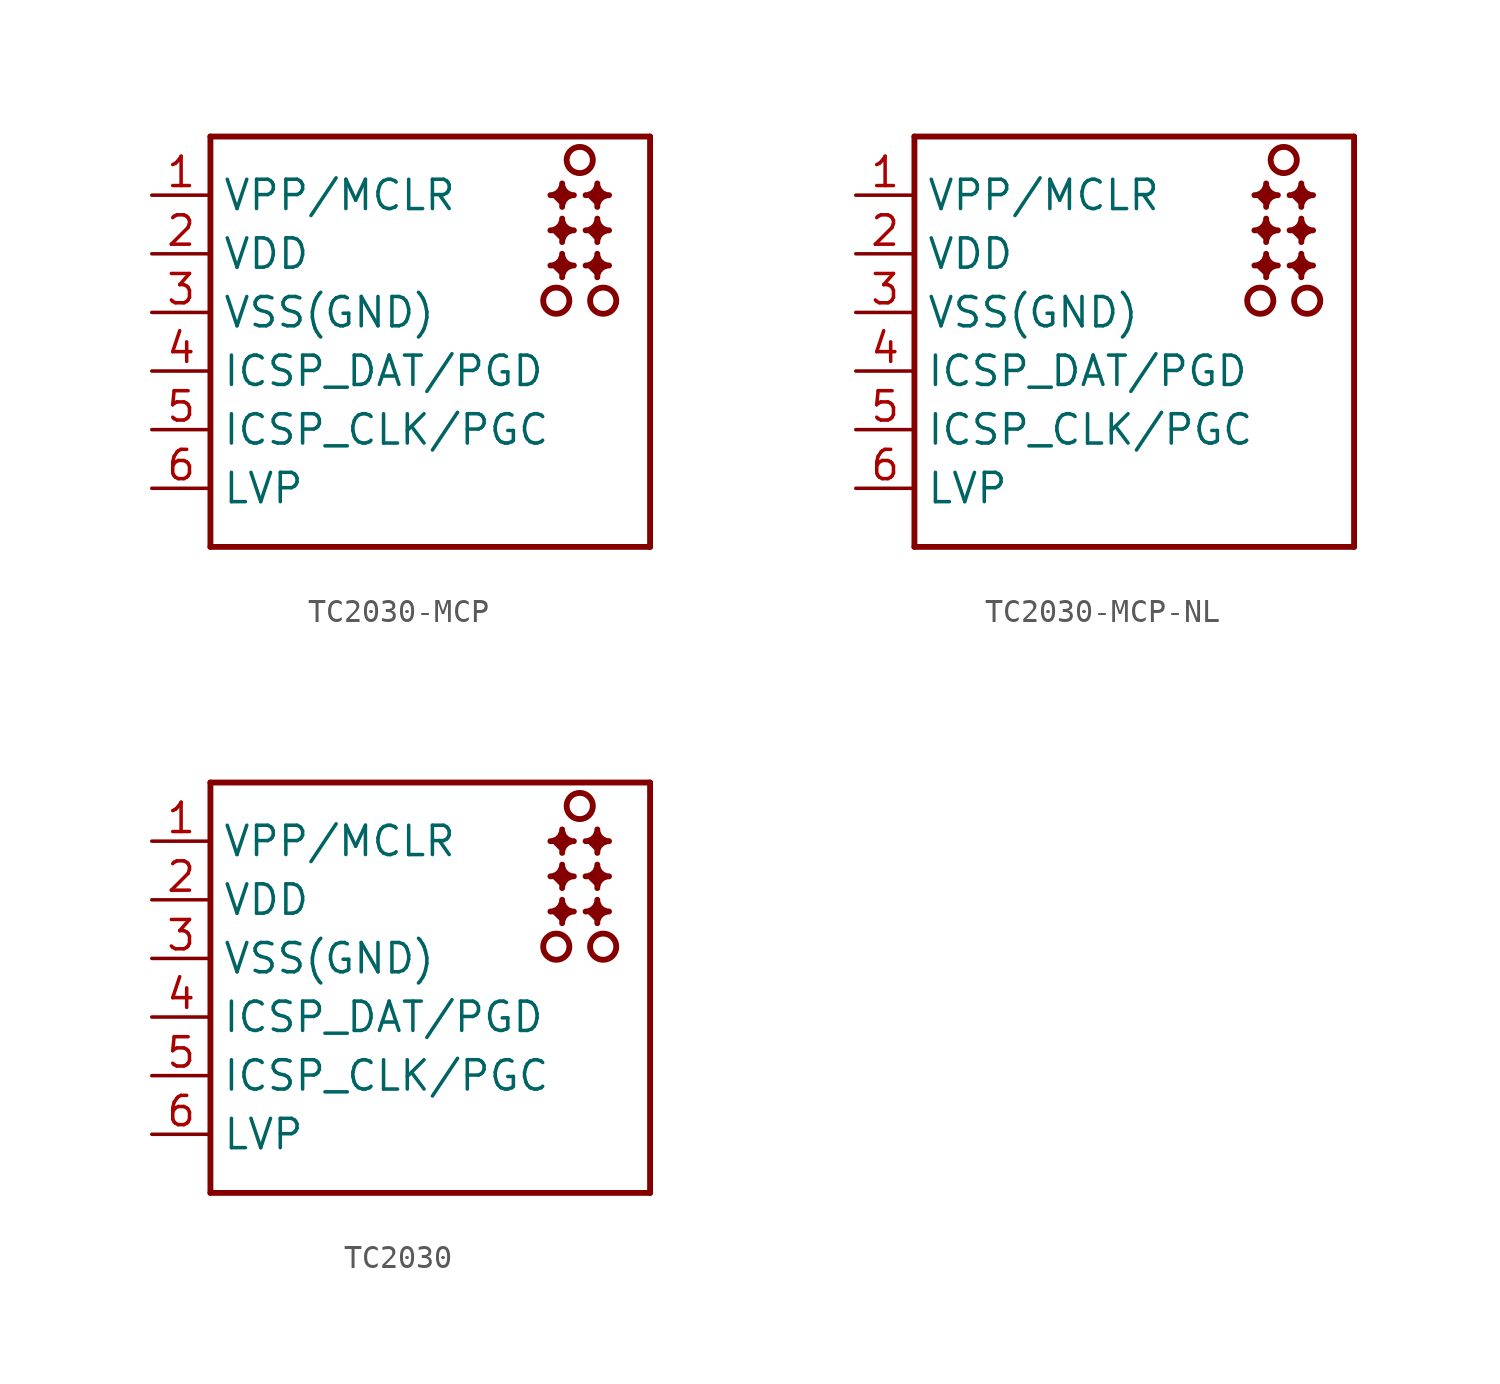
<source format=kicad_sym>
(kicad_symbol_lib
  (version 20220914)
  (generator kicad_symbol_editor)
  (symbol "TC2030-MCP"
    (property "Reference" "J"
      (at 0 0 0)
      (effects (font (size 1.27 1.27)) hide))
    (property "ki_locked" ""
      (at 0 0 0)
      (effects (font (size 1.27 1.27))))
    (symbol "TC2030-MCP_1_0"
      (polyline (pts (xy -10.16 -7.62) (xy 8.89 -7.62)) (stroke (width 0.254) (type solid)) (fill (type none)))
      (polyline (pts (xy -10.16 10.16) (xy -10.16 -7.62)) (stroke (width 0.254) (type solid)) (fill (type none)))
      (polyline (pts (xy 8.89 -7.62) (xy 8.89 10.16)) (stroke (width 0.254) (type solid)) (fill (type none)))
      (polyline (pts (xy 8.89 10.16) (xy -10.16 10.16)) (stroke (width 0.254) (type solid)) (fill (type none)))
      (polyline (pts (xy 4.572 4.572) (xy 4.672 4.577) (xy 4.856 4.654) (xy 4.997 4.796) (xy 5.073 4.98) (xy 5.08 5.08) (xy 5.085 4.98) (xy 5.161 4.795) (xy 5.303 4.652) (xy 5.488 4.575) (xy 5.588 4.572) (xy 5.488 4.567) (xy 5.303 4.49) (xy 5.161 4.349) (xy 5.084 4.164) (xy 5.08 4.064)) (stroke (width 0.254) (type solid)) (fill (type outline)))
      (polyline (pts (xy 4.572 6.096) (xy 4.672 6.101) (xy 4.855 6.178) (xy 4.996 6.32) (xy 5.071 6.504) (xy 5.08 6.604) (xy 5.085 6.504) (xy 5.162 6.319) (xy 5.303 6.178) (xy 5.488 6.101) (xy 5.588 6.096) (xy 5.488 6.091) (xy 5.304 6.014) (xy 5.164 5.872) (xy 5.088 5.688) (xy 5.08 5.588)) (stroke (width 0.254) (type solid)) (fill (type outline)))
      (polyline (pts (xy 4.572 7.62) (xy 4.672 7.625) (xy 4.856 7.702) (xy 4.998 7.843) (xy 5.075 8.028) (xy 5.08 8.128) (xy 5.085 8.028) (xy 5.162 7.843) (xy 5.303 7.702) (xy 5.488 7.625) (xy 5.588 7.62) (xy 5.488 7.615) (xy 5.303 7.538) (xy 5.162 7.396) (xy 5.085 7.212) (xy 5.08 7.112)) (stroke (width 0.254) (type solid)) (fill (type outline)))
      (polyline (pts (xy 6.096 4.572) (xy 6.196 4.577) (xy 6.381 4.654) (xy 6.522 4.795) (xy 6.599 4.98) (xy 6.604 5.08) (xy 6.608 4.98) (xy 6.685 4.795) (xy 6.827 4.654) (xy 7.012 4.578) (xy 7.112 4.572) (xy 7.011 4.567) (xy 6.825 4.491) (xy 6.682 4.35) (xy 6.604 4.165) (xy 6.604 4.064)) (stroke (width 0.254) (type solid)) (fill (type outline)))
      (polyline (pts (xy 6.096 6.096) (xy 6.196 6.101) (xy 6.381 6.178) (xy 6.522 6.319) (xy 6.599 6.504) (xy 6.604 6.604) (xy 6.609 6.504) (xy 6.686 6.319) (xy 6.827 6.178) (xy 7.012 6.101) (xy 7.112 6.096) (xy 7.012 6.092) (xy 6.826 6.016) (xy 6.684 5.874) (xy 6.608 5.688) (xy 6.604 5.588)) (stroke (width 0.254) (type solid)) (fill (type outline)))
      (polyline (pts (xy 6.096 7.62) (xy 6.196 7.625) (xy 6.381 7.702) (xy 6.522 7.843) (xy 6.599 8.028) (xy 6.604 8.128) (xy 6.609 8.028) (xy 6.686 7.843) (xy 6.827 7.702) (xy 7.012 7.625) (xy 7.112 7.62) (xy 7.011 7.615) (xy 6.826 7.539) (xy 6.683 7.398) (xy 6.605 7.213) (xy 6.604 7.112)) (stroke (width 0.254) (type solid)) (fill (type outline)))
      (circle (center 4.826 3.048) (radius 0.568) (stroke (width 0.254) (type solid)) (fill (type none)))
      (circle (center 5.842 9.144) (radius 0.568) (stroke (width 0.254) (type solid)) (fill (type none)))
      (circle (center 6.858 3.048) (radius 0.568) (stroke (width 0.254) (type solid)) (fill (type none)))
      (pin passive line (at -12.7 7.62 0) (length 2.54) (name "VPP/MCLR" (effects (font (size 1.27 1.27)))) (number "1" (effects (font (size 1.27 1.27)))))
      (pin power_in line (at -12.7 5.08 0) (length 2.54) (name "VDD" (effects (font (size 1.27 1.27)))) (number "2" (effects (font (size 1.27 1.27)))))
      (pin power_in line (at -12.7 2.54 0) (length 2.54) (name "VSS(GND)" (effects (font (size 1.27 1.27)))) (number "3" (effects (font (size 1.27 1.27)))))
      (pin bidirectional line (at -12.7 0 0) (length 2.54) (name "ICSP_DAT/PGD" (effects (font (size 1.27 1.27)))) (number "4" (effects (font (size 1.27 1.27)))))
      (pin output line (at -12.7 -2.54 0) (length 2.54) (name "ICSP_CLK/PGC" (effects (font (size 1.27 1.27)))) (number "5" (effects (font (size 1.27 1.27)))))
      (pin bidirectional line (at -12.7 -5.08 0) (length 2.54) (name "LVP" (effects (font (size 1.27 1.27)))) (number "6" (effects (font (size 1.27 1.27)))))))
  (symbol "TC2030-MCP-NL"
    (property "Reference" "J"
      (at 0 0 0)
      (effects (font (size 1.27 1.27)) hide))
    (property "ki_locked" ""
      (at 0 0 0)
      (effects (font (size 1.27 1.27))))
    (symbol "TC2030-MCP-NL_1_0"
      (polyline (pts (xy -10.16 -7.62) (xy 8.89 -7.62)) (stroke (width 0.254) (type solid)) (fill (type none)))
      (polyline (pts (xy -10.16 10.16) (xy -10.16 -7.62)) (stroke (width 0.254) (type solid)) (fill (type none)))
      (polyline (pts (xy 8.89 -7.62) (xy 8.89 10.16)) (stroke (width 0.254) (type solid)) (fill (type none)))
      (polyline (pts (xy 8.89 10.16) (xy -10.16 10.16)) (stroke (width 0.254) (type solid)) (fill (type none)))
      (polyline (pts (xy 4.572 4.572) (xy 4.672 4.577) (xy 4.856 4.654) (xy 4.997 4.796) (xy 5.073 4.98) (xy 5.08 5.08) (xy 5.085 4.98) (xy 5.161 4.795) (xy 5.303 4.652) (xy 5.488 4.575) (xy 5.588 4.572) (xy 5.488 4.567) (xy 5.303 4.49) (xy 5.161 4.349) (xy 5.084 4.164) (xy 5.08 4.064)) (stroke (width 0.254) (type solid)) (fill (type outline)))
      (polyline (pts (xy 4.572 6.096) (xy 4.672 6.101) (xy 4.855 6.178) (xy 4.996 6.32) (xy 5.071 6.504) (xy 5.08 6.604) (xy 5.085 6.504) (xy 5.162 6.319) (xy 5.303 6.178) (xy 5.488 6.101) (xy 5.588 6.096) (xy 5.488 6.091) (xy 5.304 6.014) (xy 5.164 5.872) (xy 5.088 5.688) (xy 5.08 5.588)) (stroke (width 0.254) (type solid)) (fill (type outline)))
      (polyline (pts (xy 4.572 7.62) (xy 4.672 7.625) (xy 4.856 7.702) (xy 4.998 7.843) (xy 5.075 8.028) (xy 5.08 8.128) (xy 5.085 8.028) (xy 5.162 7.843) (xy 5.303 7.702) (xy 5.488 7.625) (xy 5.588 7.62) (xy 5.488 7.615) (xy 5.303 7.538) (xy 5.162 7.396) (xy 5.085 7.212) (xy 5.08 7.112)) (stroke (width 0.254) (type solid)) (fill (type outline)))
      (polyline (pts (xy 6.096 4.572) (xy 6.196 4.577) (xy 6.381 4.654) (xy 6.522 4.795) (xy 6.599 4.98) (xy 6.604 5.08) (xy 6.608 4.98) (xy 6.685 4.795) (xy 6.827 4.654) (xy 7.012 4.578) (xy 7.112 4.572) (xy 7.011 4.567) (xy 6.825 4.491) (xy 6.682 4.35) (xy 6.604 4.165) (xy 6.604 4.064)) (stroke (width 0.254) (type solid)) (fill (type outline)))
      (polyline (pts (xy 6.096 6.096) (xy 6.196 6.101) (xy 6.381 6.178) (xy 6.522 6.319) (xy 6.599 6.504) (xy 6.604 6.604) (xy 6.609 6.504) (xy 6.686 6.319) (xy 6.827 6.178) (xy 7.012 6.101) (xy 7.112 6.096) (xy 7.012 6.092) (xy 6.826 6.016) (xy 6.684 5.874) (xy 6.608 5.688) (xy 6.604 5.588)) (stroke (width 0.254) (type solid)) (fill (type outline)))
      (polyline (pts (xy 6.096 7.62) (xy 6.196 7.625) (xy 6.381 7.702) (xy 6.522 7.843) (xy 6.599 8.028) (xy 6.604 8.128) (xy 6.609 8.028) (xy 6.686 7.843) (xy 6.827 7.702) (xy 7.012 7.625) (xy 7.112 7.62) (xy 7.011 7.615) (xy 6.826 7.539) (xy 6.683 7.398) (xy 6.605 7.213) (xy 6.604 7.112)) (stroke (width 0.254) (type solid)) (fill (type outline)))
      (circle (center 4.826 3.048) (radius 0.568) (stroke (width 0.254) (type solid)) (fill (type none)))
      (circle (center 5.842 9.144) (radius 0.568) (stroke (width 0.254) (type solid)) (fill (type none)))
      (circle (center 6.858 3.048) (radius 0.568) (stroke (width 0.254) (type solid)) (fill (type none)))
      (pin passive line (at -12.7 7.62 0) (length 2.54) (name "VPP/MCLR" (effects (font (size 1.27 1.27)))) (number "1" (effects (font (size 1.27 1.27)))))
      (pin power_in line (at -12.7 5.08 0) (length 2.54) (name "VDD" (effects (font (size 1.27 1.27)))) (number "2" (effects (font (size 1.27 1.27)))))
      (pin power_in line (at -12.7 2.54 0) (length 2.54) (name "VSS(GND)" (effects (font (size 1.27 1.27)))) (number "3" (effects (font (size 1.27 1.27)))))
      (pin bidirectional line (at -12.7 0 0) (length 2.54) (name "ICSP_DAT/PGD" (effects (font (size 1.27 1.27)))) (number "4" (effects (font (size 1.27 1.27)))))
      (pin output line (at -12.7 -2.54 0) (length 2.54) (name "ICSP_CLK/PGC" (effects (font (size 1.27 1.27)))) (number "5" (effects (font (size 1.27 1.27)))))
      (pin bidirectional line (at -12.7 -5.08 0) (length 2.54) (name "LVP" (effects (font (size 1.27 1.27)))) (number "6" (effects (font (size 1.27 1.27)))))))
  (symbol "TC2030"
    (property "Reference" "J"
      (at 0 0 0)
      (effects (font (size 1.27 1.27)) hide))
    (property "ki_locked" ""
      (at 0 0 0)
      (effects (font (size 1.27 1.27))))
    (symbol "TC2030_1_0"
      (polyline (pts (xy -10.16 -7.62) (xy 8.89 -7.62)) (stroke (width 0.254) (type solid)) (fill (type none)))
      (polyline (pts (xy -10.16 10.16) (xy -10.16 -7.62)) (stroke (width 0.254) (type solid)) (fill (type none)))
      (polyline (pts (xy 8.89 -7.62) (xy 8.89 10.16)) (stroke (width 0.254) (type solid)) (fill (type none)))
      (polyline (pts (xy 8.89 10.16) (xy -10.16 10.16)) (stroke (width 0.254) (type solid)) (fill (type none)))
      (polyline (pts (xy 4.572 4.572) (xy 4.672 4.577) (xy 4.856 4.654) (xy 4.997 4.796) (xy 5.073 4.98) (xy 5.08 5.08) (xy 5.085 4.98) (xy 5.161 4.795) (xy 5.303 4.652) (xy 5.488 4.575) (xy 5.588 4.572) (xy 5.488 4.567) (xy 5.303 4.49) (xy 5.161 4.349) (xy 5.084 4.164) (xy 5.08 4.064)) (stroke (width 0.254) (type solid)) (fill (type outline)))
      (polyline (pts (xy 4.572 6.096) (xy 4.672 6.101) (xy 4.855 6.178) (xy 4.996 6.32) (xy 5.071 6.504) (xy 5.08 6.604) (xy 5.085 6.504) (xy 5.162 6.319) (xy 5.303 6.178) (xy 5.488 6.101) (xy 5.588 6.096) (xy 5.488 6.091) (xy 5.304 6.014) (xy 5.164 5.872) (xy 5.088 5.688) (xy 5.08 5.588)) (stroke (width 0.254) (type solid)) (fill (type outline)))
      (polyline (pts (xy 4.572 7.62) (xy 4.672 7.625) (xy 4.856 7.702) (xy 4.998 7.843) (xy 5.075 8.028) (xy 5.08 8.128) (xy 5.085 8.028) (xy 5.162 7.843) (xy 5.303 7.702) (xy 5.488 7.625) (xy 5.588 7.62) (xy 5.488 7.615) (xy 5.303 7.538) (xy 5.162 7.396) (xy 5.085 7.212) (xy 5.08 7.112)) (stroke (width 0.254) (type solid)) (fill (type outline)))
      (polyline (pts (xy 6.096 4.572) (xy 6.196 4.577) (xy 6.381 4.654) (xy 6.522 4.795) (xy 6.599 4.98) (xy 6.604 5.08) (xy 6.608 4.98) (xy 6.685 4.795) (xy 6.827 4.654) (xy 7.012 4.578) (xy 7.112 4.572) (xy 7.011 4.567) (xy 6.825 4.491) (xy 6.682 4.35) (xy 6.604 4.165) (xy 6.604 4.064)) (stroke (width 0.254) (type solid)) (fill (type outline)))
      (polyline (pts (xy 6.096 6.096) (xy 6.196 6.101) (xy 6.381 6.178) (xy 6.522 6.319) (xy 6.599 6.504) (xy 6.604 6.604) (xy 6.609 6.504) (xy 6.686 6.319) (xy 6.827 6.178) (xy 7.012 6.101) (xy 7.112 6.096) (xy 7.012 6.092) (xy 6.826 6.016) (xy 6.684 5.874) (xy 6.608 5.688) (xy 6.604 5.588)) (stroke (width 0.254) (type solid)) (fill (type outline)))
      (polyline (pts (xy 6.096 7.62) (xy 6.196 7.625) (xy 6.381 7.702) (xy 6.522 7.843) (xy 6.599 8.028) (xy 6.604 8.128) (xy 6.609 8.028) (xy 6.686 7.843) (xy 6.827 7.702) (xy 7.012 7.625) (xy 7.112 7.62) (xy 7.011 7.615) (xy 6.826 7.539) (xy 6.683 7.398) (xy 6.605 7.213) (xy 6.604 7.112)) (stroke (width 0.254) (type solid)) (fill (type outline)))
      (circle (center 4.826 3.048) (radius 0.568) (stroke (width 0.254) (type solid)) (fill (type none)))
      (circle (center 5.842 9.144) (radius 0.568) (stroke (width 0.254) (type solid)) (fill (type none)))
      (circle (center 6.858 3.048) (radius 0.568) (stroke (width 0.254) (type solid)) (fill (type none)))
      (pin passive line (at -12.7 7.62 0) (length 2.54) (name "VPP/MCLR" (effects (font (size 1.27 1.27)))) (number "1" (effects (font (size 1.27 1.27)))))
      (pin power_in line (at -12.7 5.08 0) (length 2.54) (name "VDD" (effects (font (size 1.27 1.27)))) (number "2" (effects (font (size 1.27 1.27)))))
      (pin power_in line (at -12.7 2.54 0) (length 2.54) (name "VSS(GND)" (effects (font (size 1.27 1.27)))) (number "3" (effects (font (size 1.27 1.27)))))
      (pin bidirectional line (at -12.7 0 0) (length 2.54) (name "ICSP_DAT/PGD" (effects (font (size 1.27 1.27)))) (number "4" (effects (font (size 1.27 1.27)))))
      (pin output line (at -12.7 -2.54 0) (length 2.54) (name "ICSP_CLK/PGC" (effects (font (size 1.27 1.27)))) (number "5" (effects (font (size 1.27 1.27)))))
      (pin bidirectional line (at -12.7 -5.08 0) (length 2.54) (name "LVP" (effects (font (size 1.27 1.27)))) (number "6" (effects (font (size 1.27 1.27))))))))
</source>
